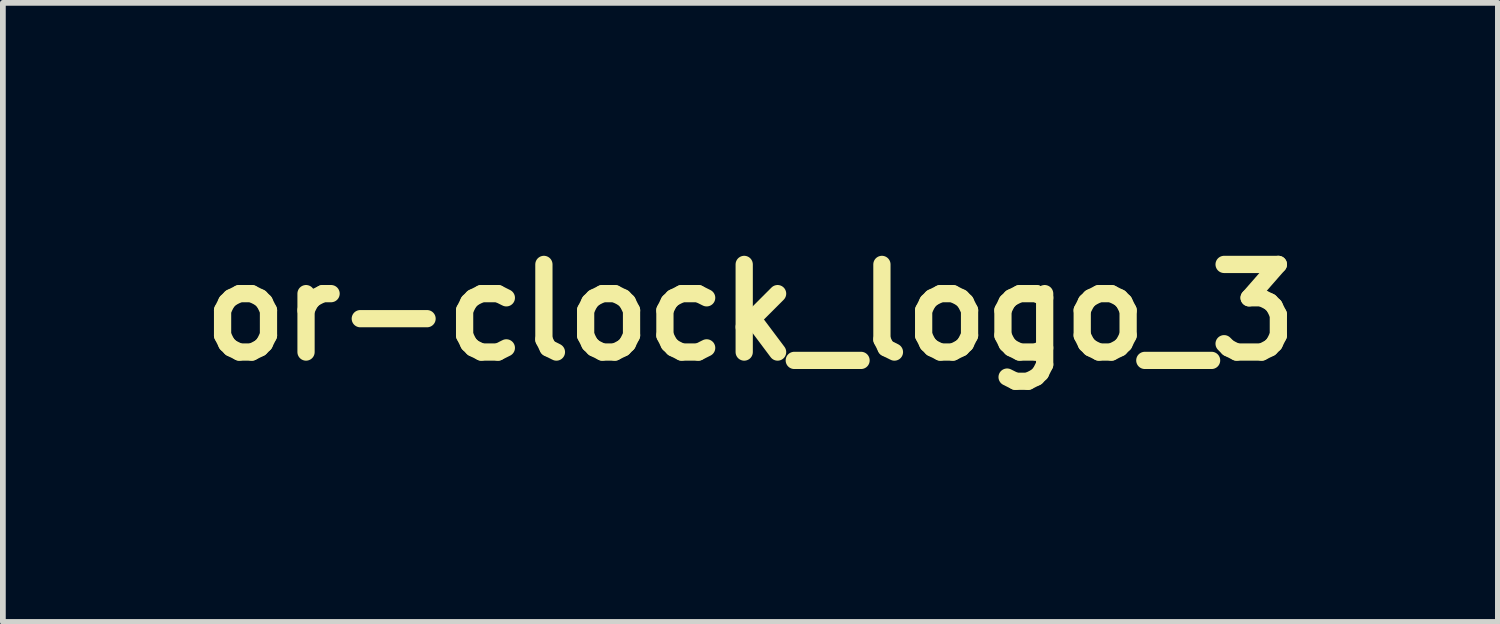
<source format=kicad_pcb>
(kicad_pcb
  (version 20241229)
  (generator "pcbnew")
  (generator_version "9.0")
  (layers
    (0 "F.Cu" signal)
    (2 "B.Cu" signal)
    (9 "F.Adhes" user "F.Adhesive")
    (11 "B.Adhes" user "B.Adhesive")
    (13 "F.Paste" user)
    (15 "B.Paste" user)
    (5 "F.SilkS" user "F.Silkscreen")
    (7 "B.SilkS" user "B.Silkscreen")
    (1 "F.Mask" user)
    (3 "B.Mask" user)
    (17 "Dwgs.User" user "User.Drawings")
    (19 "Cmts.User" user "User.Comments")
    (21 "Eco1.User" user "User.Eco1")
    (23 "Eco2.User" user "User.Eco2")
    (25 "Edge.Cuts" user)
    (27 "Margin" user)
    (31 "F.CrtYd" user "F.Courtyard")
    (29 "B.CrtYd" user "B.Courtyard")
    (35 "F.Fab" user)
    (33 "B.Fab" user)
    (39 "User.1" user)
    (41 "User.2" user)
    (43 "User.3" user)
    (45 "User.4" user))
  (footprint "or-clock_logo_3"
    (layer "F.Cu")
    (at 10.001 2.383)
    (property "Reference" "or-clock_logo_3" (at 0 0 0) (layer "F.SilkS") (effects (font (size 1.524 1.524) (thickness 0.3))))
    (attr through_hole)
    (fp_poly (pts (xy 1.828 1.862) (xy 1.21 1.862) (xy 1.21 -1.854) (xy 1.828 -1.854) (xy 1.828 1.862)) (stroke (width 0.01) (type solid)) (fill yes) (layer "F.Mask"))
    (fp_poly (pts (xy -7.639 -1.091) (xy -7.414 -0.753) (xy -7.414 0.752) (xy -7.639 1.091) (xy -7.864 1.43) (xy -8.599 1.43) (xy -8.824 1.094) (xy -9.048 0.758) (xy -9.048 -0.758) (xy -8.824 -1.094) (xy -8.599 -1.43) (xy -7.865 -1.43) (xy -7.639 -1.091)) (stroke (width 0.01) (type solid)) (fill yes) (layer "F.Mask"))
    (fp_poly (pts (xy -4.965 -1.069) (xy -4.807 -0.741) (xy -4.808 -0.453) (xy -4.966 -0.235) (xy -5.125 -0.017) (xy -5.446 -0.019) (xy -5.523 -0.019) (xy -5.599 -0.02) (xy -5.671 -0.02) (xy -5.736 -0.021) (xy -5.791 -0.022) (xy -5.835 -0.023) (xy -5.863 -0.023) (xy -5.959 -0.026) (xy -5.959 -1.397) (xy -5.124 -1.397) (xy -4.965 -1.069)) (stroke (width 0.01) (type solid)) (fill yes) (layer "F.Mask"))
    (fp_poly (pts (xy -2.074 0.542) (xy -2.692 0.542) (xy -2.814 0.542) (xy -2.919 0.541) (xy -3.01 0.541) (xy -3.087 0.541) (xy -3.151 0.54) (xy -3.203 0.539) (xy -3.243 0.538) (xy -3.274 0.537) (xy -3.295 0.535) (xy -3.308 0.534) (xy -3.314 0.532) (xy -3.314 0.531) (xy -3.315 0.52) (xy -3.316 0.495) (xy -3.316 0.456) (xy -3.316 0.407) (xy -3.316 0.348) (xy -3.316 0.283) (xy -3.316 0.22) (xy -3.314 -0.08) (xy -2.074 -0.085) (xy -2.074 0.542)) (stroke (width 0.01) (type solid)) (fill yes) (layer "F.Mask"))
    (fp_poly (pts (xy 4.475 -0.637) (xy 4.697 -0.233) (xy 4.697 0.415) (xy 4.697 1.062) (xy 4.18 1.913) (xy 2.888 1.913) (xy 2.646 1.504) (xy 2.404 1.096) (xy 2.404 -0.066) (xy 3.022 -0.066) (xy 3.022 0.923) (xy 3.103 1.06) (xy 3.131 1.107) (xy 3.158 1.153) (xy 3.183 1.195) (xy 3.203 1.227) (xy 3.214 1.246) (xy 3.243 1.295) (xy 3.83 1.295) (xy 3.955 1.09) (xy 4.08 0.885) (xy 4.079 0.407) (xy 4.079 -0.072) (xy 3.983 -0.245) (xy 3.888 -0.419) (xy 3.238 -0.419) (xy 3.022 -0.066) (xy 2.404 -0.066) (xy 2.404 -0.243) (xy 2.647 -0.642) (xy 2.89 -1.041) (xy 4.253 -1.041) (xy 4.475 -0.637)) (stroke (width 0.01) (type solid)) (fill yes) (layer "F.Mask"))
    (fp_poly (pts (xy -4.542 -2.374) (xy -4.201 -1.667) (xy -3.86 -0.961) (xy -3.86 0.709) (xy -3.86 2.378) (xy -6.485 2.378) (xy -9.111 2.378) (xy -9.554 1.711) (xy -9.996 1.044) (xy -9.996 -0.883) (xy -9.488 -0.883) (xy -9.488 0.001) (xy -9.488 0.884) (xy -9.161 1.377) (xy -8.834 1.871) (xy -7.63 1.87) (xy -7.608 1.837) (xy -6.399 1.837) (xy -5.959 1.837) (xy -5.959 0.415) (xy -5.626 0.416) (xy -5.547 0.416) (xy -5.468 0.417) (xy -5.392 0.418) (xy -5.322 0.419) (xy -5.26 0.42) (xy -5.21 0.421) (xy -5.175 0.422) (xy -5.055 0.427) (xy -4.875 0.638) (xy -4.875 1.904) (xy -4.435 1.904) (xy -4.435 0.478) (xy -4.567 0.326) (xy -4.604 0.282) (xy -4.638 0.243) (xy -4.666 0.21) (xy -4.687 0.184) (xy -4.7 0.168) (xy -4.703 0.163) (xy -4.699 0.154) (xy -4.687 0.133) (xy -4.666 0.102) (xy -4.639 0.062) (xy -4.606 0.015) (xy -4.569 -0.038) (xy -4.537 -0.082) (xy -4.367 -0.317) (xy -4.367 -0.836) (xy -4.607 -1.334) (xy -4.848 -1.832) (xy -5.623 -1.835) (xy -6.399 -1.837) (xy -6.399 1.837) (xy -7.608 1.837) (xy -6.983 0.894) (xy -6.983 -0.894) (xy -7.306 -1.382) (xy -7.63 -1.87) (xy -8.232 -1.87) (xy -8.834 -1.871) (xy -9.161 -1.377) (xy -9.488 -0.883) (xy -9.996 -0.883) (xy -9.996 -1.044) (xy -9.554 -1.711) (xy -9.111 -2.378) (xy -4.542 -2.374)) (stroke (width 0.01) (type solid)) (fill yes) (layer "F.Mask"))
    (fp_poly (pts (xy 0.413 -0.857) (xy 0.441 -0.792) (xy 0.472 -0.717) (xy 0.505 -0.638) (xy 0.538 -0.56) (xy 0.568 -0.489) (xy 0.574 -0.474) (xy 0.601 -0.41) (xy 0.621 -0.36) (xy 0.635 -0.322) (xy 0.644 -0.295) (xy 0.648 -0.279) (xy 0.648 -0.27) (xy 0.646 -0.268) (xy 0.635 -0.263) (xy 0.61 -0.252) (xy 0.575 -0.237) (xy 0.53 -0.218) (xy 0.48 -0.197) (xy 0.425 -0.174) (xy 0.367 -0.15) (xy 0.31 -0.126) (xy 0.256 -0.104) (xy 0.206 -0.083) (xy 0.162 -0.066) (xy 0.128 -0.052) (xy 0.105 -0.043) (xy 0.095 -0.039) (xy 0.088 -0.047) (xy 0.076 -0.068) (xy 0.059 -0.104) (xy 0.038 -0.151) (xy 0.013 -0.209) (xy 0.004 -0.229) (xy -0.075 -0.419) (xy -0.387 -0.421) (xy -0.698 -0.423) (xy -0.806 -0.246) (xy -0.914 -0.069) (xy -0.914 0.429) (xy -0.914 0.927) (xy -0.806 1.109) (xy -0.697 1.291) (xy -0.13 1.295) (xy -0.018 1.067) (xy 0.094 0.839) (xy 0.294 0.937) (xy 0.353 0.965) (xy 0.412 0.994) (xy 0.467 1.021) (xy 0.515 1.044) (xy 0.554 1.062) (xy 0.573 1.072) (xy 0.651 1.109) (xy 0.555 1.305) (xy 0.523 1.373) (xy 0.485 1.45) (xy 0.446 1.531) (xy 0.407 1.611) (xy 0.371 1.684) (xy 0.36 1.708) (xy 0.26 1.913) (xy -1.049 1.913) (xy -1.186 1.682) (xy -1.227 1.614) (xy -1.271 1.539) (xy -1.316 1.463) (xy -1.36 1.389) (xy -1.4 1.322) (xy -1.432 1.268) (xy -1.54 1.085) (xy -1.54 -0.233) (xy -1.294 -0.637) (xy -1.047 -1.041) (xy 0.336 -1.041) (xy 0.413 -0.857)) (stroke (width 0.01) (type solid)) (fill yes) (layer "F.Mask"))
    (fp_poly (pts (xy 7.247 -0.659) (xy 7.279 -0.583) (xy 7.308 -0.512) (xy 7.334 -0.447) (xy 7.356 -0.39) (xy 7.375 -0.342) (xy 7.389 -0.306) (xy 7.397 -0.281) (xy 7.4 -0.271) (xy 7.4 -0.27) (xy 7.391 -0.266) (xy 7.368 -0.256) (xy 7.335 -0.241) (xy 7.292 -0.223) (xy 7.243 -0.202) (xy 7.188 -0.179) (xy 7.131 -0.156) (xy 7.074 -0.132) (xy 7.018 -0.109) (xy 6.966 -0.087) (xy 6.92 -0.068) (xy 6.882 -0.053) (xy 6.854 -0.042) (xy 6.838 -0.036) (xy 6.835 -0.036) (xy 6.831 -0.044) (xy 6.822 -0.065) (xy 6.808 -0.098) (xy 6.791 -0.141) (xy 6.77 -0.19) (xy 6.754 -0.231) (xy 6.674 -0.423) (xy 6.361 -0.421) (xy 6.049 -0.419) (xy 5.94 -0.241) (xy 5.832 -0.063) (xy 5.832 0.428) (xy 5.832 0.919) (xy 5.943 1.107) (xy 6.054 1.295) (xy 6.625 1.295) (xy 6.643 1.255) (xy 6.651 1.236) (xy 6.666 1.204) (xy 6.686 1.163) (xy 6.709 1.115) (xy 6.735 1.062) (xy 6.752 1.027) (xy 6.844 0.839) (xy 7.114 0.97) (xy 7.177 1.001) (xy 7.235 1.029) (xy 7.287 1.055) (xy 7.33 1.076) (xy 7.363 1.093) (xy 7.384 1.104) (xy 7.392 1.108) (xy 7.389 1.117) (xy 7.38 1.139) (xy 7.365 1.174) (xy 7.345 1.22) (xy 7.319 1.275) (xy 7.289 1.338) (xy 7.256 1.408) (xy 7.22 1.483) (xy 7.205 1.514) (xy 7.012 1.912) (xy 6.356 1.912) (xy 5.7 1.913) (xy 5.457 1.503) (xy 5.214 1.093) (xy 5.214 0.426) (xy 5.214 -0.241) (xy 5.7 -1.04) (xy 7.088 -1.041) (xy 7.247 -0.659)) (stroke (width 0.01) (type solid)) (fill yes) (layer "F.Mask"))
    (fp_poly (pts (xy 8.191 -1.852) (xy 8.502 -1.849) (xy 8.506 -0.871) (xy 8.51 0.107) (xy 8.959 -0.526) (xy 9.024 -0.618) (xy 9.087 -0.706) (xy 9.146 -0.79) (xy 9.201 -0.867) (xy 9.252 -0.937) (xy 9.297 -0.999) (xy 9.335 -1.052) (xy 9.367 -1.096) (xy 9.391 -1.128) (xy 9.407 -1.149) (xy 9.414 -1.157) (xy 9.414 -1.157) (xy 9.423 -1.152) (xy 9.444 -1.138) (xy 9.474 -1.117) (xy 9.512 -1.09) (xy 9.557 -1.059) (xy 9.605 -1.025) (xy 9.655 -0.989) (xy 9.706 -0.953) (xy 9.755 -0.918) (xy 9.8 -0.885) (xy 9.841 -0.856) (xy 9.873 -0.832) (xy 9.897 -0.814) (xy 9.91 -0.804) (xy 9.911 -0.803) (xy 9.906 -0.795) (xy 9.892 -0.775) (xy 9.87 -0.743) (xy 9.841 -0.7) (xy 9.804 -0.648) (xy 9.762 -0.587) (xy 9.714 -0.519) (xy 9.662 -0.445) (xy 9.605 -0.366) (xy 9.546 -0.282) (xy 9.538 -0.27) (xy 9.478 -0.186) (xy 9.421 -0.105) (xy 9.368 -0.03) (xy 9.319 0.04) (xy 9.275 0.102) (xy 9.238 0.156) (xy 9.206 0.201) (xy 9.183 0.236) (xy 9.167 0.259) (xy 9.161 0.27) (xy 9.161 0.27) (xy 9.164 0.279) (xy 9.176 0.302) (xy 9.195 0.337) (xy 9.221 0.384) (xy 9.253 0.441) (xy 9.291 0.508) (xy 9.334 0.584) (xy 9.382 0.667) (xy 9.433 0.756) (xy 9.488 0.851) (xy 9.546 0.951) (xy 9.576 1.002) (xy 9.635 1.104) (xy 9.692 1.201) (xy 9.745 1.293) (xy 9.795 1.378) (xy 9.84 1.457) (xy 9.881 1.527) (xy 9.916 1.588) (xy 9.946 1.639) (xy 9.969 1.679) (xy 9.984 1.707) (xy 9.992 1.721) (xy 9.993 1.723) (xy 9.985 1.728) (xy 9.965 1.74) (xy 9.934 1.759) (xy 9.894 1.782) (xy 9.847 1.809) (xy 9.797 1.839) (xy 9.743 1.87) (xy 9.689 1.901) (xy 9.637 1.931) (xy 9.588 1.959) (xy 9.545 1.984) (xy 9.51 2.004) (xy 9.484 2.019) (xy 9.47 2.027) (xy 9.468 2.028) (xy 9.462 2.021) (xy 9.449 2.001) (xy 9.427 1.967) (xy 9.399 1.921) (xy 9.364 1.863) (xy 9.322 1.794) (xy 9.276 1.715) (xy 9.223 1.627) (xy 9.166 1.53) (xy 9.108 1.43) (xy 8.758 0.829) (xy 8.632 1.007) (xy 8.506 1.184) (xy 8.506 1.862) (xy 7.88 1.862) (xy 7.88 -1.854) (xy 8.191 -1.852)) (stroke (width 0.01) (type solid)) (fill yes) (layer "F.Mask")))
  (gr_rect
    (start -3 -3)
    (end 22.999 7.766)
    (stroke (width 0.1) (type default))
    (fill no)
    (layer "Edge.Cuts")))
</source>
